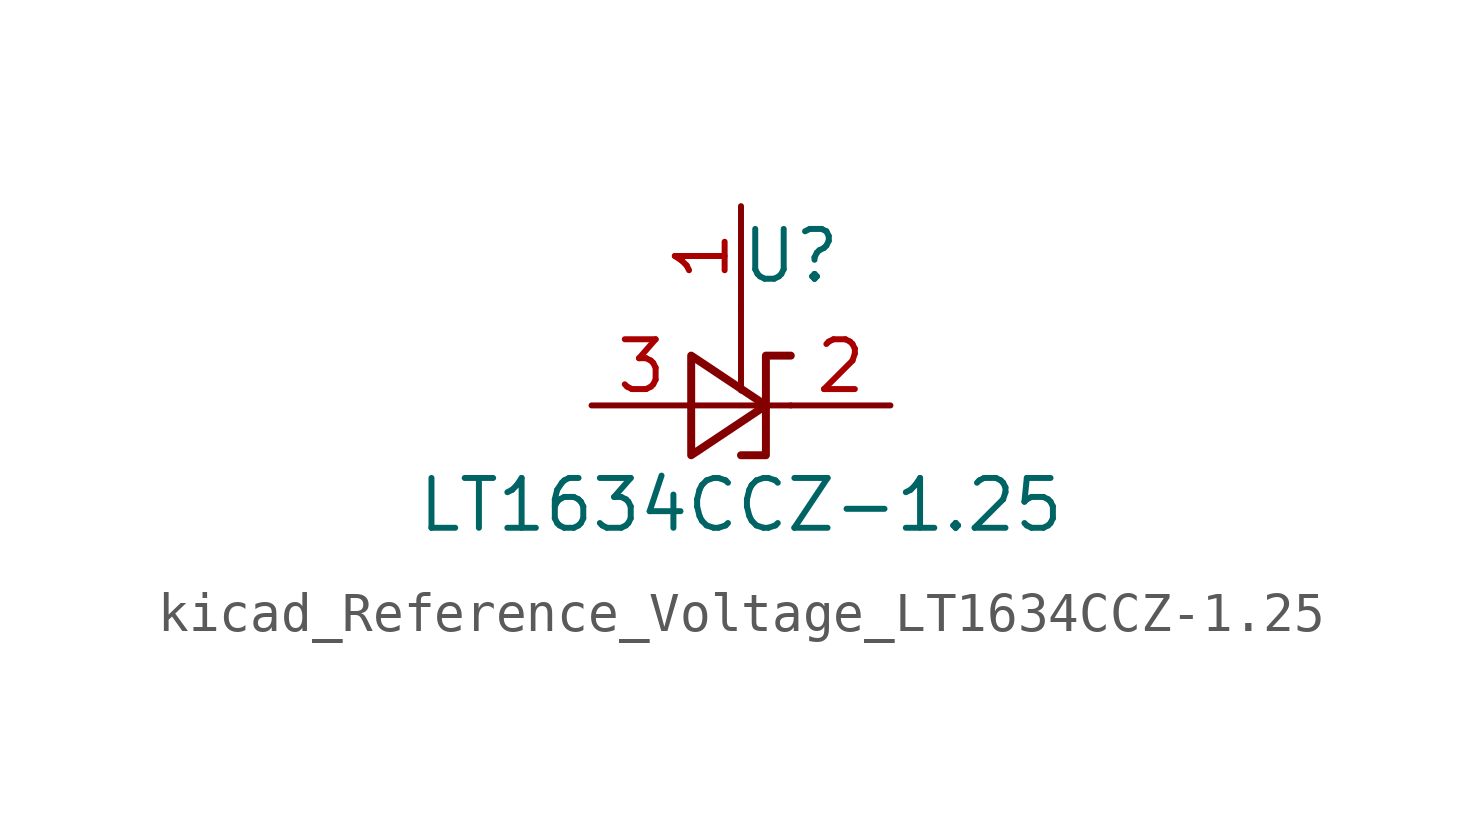
<source format=kicad_sym>
(kicad_symbol_lib
  (version 20220914)
  (generator kicad_symbol_editor)
  (symbol "kicad_Reference_Voltage_LT1634CCZ-1.25"
    (pin_names hide)
    (property "Reference" "U"
      (at 1.27 3.81 0)
      (effects (font (size 1.27 1.27))))
    (property "Value" "LT1634CCZ-1.25"
      (at 0 -2.54 0)
      (effects (font (size 1.27 1.27))))
    (symbol "kicad_Reference_Voltage_LT1634CCZ-1.25_1_1"
      (polyline (pts (xy 0 2.54) (xy 0 0.381)) (stroke (width 0) (type default)) (fill (type none)))
      (polyline (pts (xy -1.27 0) (xy 0 0) (xy 1.27 0)) (stroke (width 0) (type default)) (fill (type none)))
      (polyline (pts (xy -1.27 -1.27) (xy 0.635 0) (xy -1.27 1.27) (xy -1.27 -1.27)) (stroke (width 0.203) (type default)) (fill (type none)))
      (polyline (pts (xy 0 -1.27) (xy 0.635 -1.27) (xy 0.635 1.27) (xy 1.27 1.27)) (stroke (width 0.203) (type default)) (fill (type none)))
      (pin input line (at 0 5.08 270) (length 2.54) (name "Test" (effects (font (size 1.27 1.27)))) (number "1" (effects (font (size 1.27 1.27)))))
      (pin passive line (at 3.81 0 180) (length 2.54) (name "K" (effects (font (size 1.27 1.27)))) (number "2" (effects (font (size 1.27 1.27)))))
      (pin passive line (at -3.81 0 0) (length 2.54) (name "A" (effects (font (size 1.27 1.27)))) (number "3" (effects (font (size 1.27 1.27))))))))
</source>
